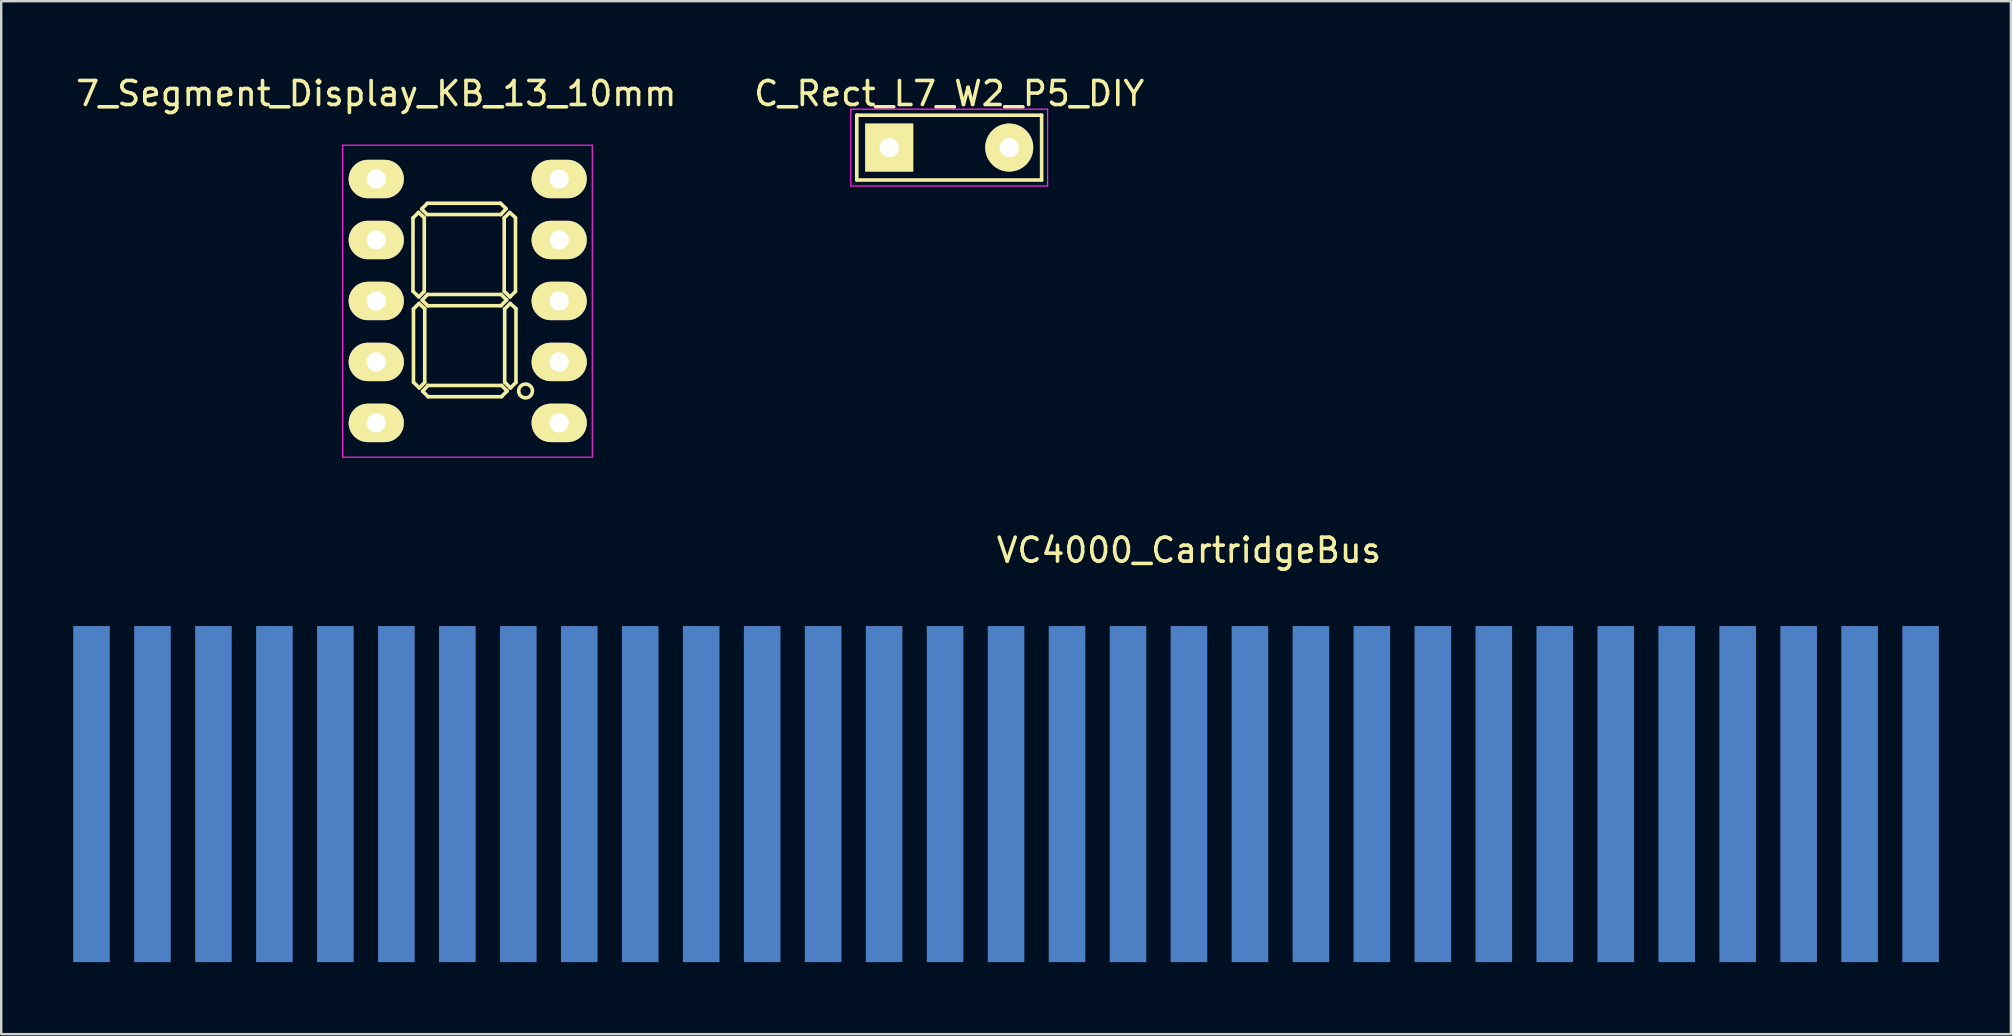
<source format=kicad_pcb>
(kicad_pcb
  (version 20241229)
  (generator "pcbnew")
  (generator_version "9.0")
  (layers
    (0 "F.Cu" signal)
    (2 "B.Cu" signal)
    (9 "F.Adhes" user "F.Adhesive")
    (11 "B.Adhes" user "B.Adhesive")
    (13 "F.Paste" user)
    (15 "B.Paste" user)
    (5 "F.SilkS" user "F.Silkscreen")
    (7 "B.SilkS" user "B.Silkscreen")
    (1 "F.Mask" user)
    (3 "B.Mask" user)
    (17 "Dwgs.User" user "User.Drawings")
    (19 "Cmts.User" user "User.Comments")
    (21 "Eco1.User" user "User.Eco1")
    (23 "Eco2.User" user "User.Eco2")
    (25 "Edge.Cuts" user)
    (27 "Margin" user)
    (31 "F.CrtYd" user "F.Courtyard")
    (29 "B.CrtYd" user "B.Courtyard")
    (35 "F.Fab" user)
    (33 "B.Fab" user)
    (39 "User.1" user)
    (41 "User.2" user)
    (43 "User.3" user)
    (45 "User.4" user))
  (footprint "VC4000_CartridgeBus"
    (layer "F.Cu")
    (at 38.862 30.032)
    (property "Reference" "VC4000_CartridgeBus" (at 7.62 -10.16 0) (layer "F.SilkS") (effects (font (size 1 1) (thickness 0.15))))
    (attr through_hole)
    (pad "1" connect rect (at -38.1 0) (size 1.524 14) (layers "F.Mask" "B.Cu"))
    (pad "2" connect rect (at -35.56 0) (size 1.524 14) (layers "F.Mask" "B.Cu"))
    (pad "3" connect rect (at -33.02 0) (size 1.524 14) (layers "F.Mask" "B.Cu"))
    (pad "4" connect rect (at -30.48 0) (size 1.524 14) (layers "F.Mask" "B.Cu"))
    (pad "5" connect rect (at -27.94 0) (size 1.524 14) (layers "F.Mask" "B.Cu"))
    (pad "6" connect rect (at -25.4 0) (size 1.524 14) (layers "F.Mask" "B.Cu"))
    (pad "7" connect rect (at -22.86 0) (size 1.524 14) (layers "F.Mask" "B.Cu"))
    (pad "8" connect rect (at -20.32 0) (size 1.524 14) (layers "F.Mask" "B.Cu"))
    (pad "9" connect rect (at -17.78 0) (size 1.524 14) (layers "F.Mask" "B.Cu"))
    (pad "10" connect rect (at -15.24 0) (size 1.524 14) (layers "F.Mask" "B.Cu"))
    (pad "11" connect rect (at -12.7 0) (size 1.524 14) (layers "F.Mask" "B.Cu"))
    (pad "12" connect rect (at -10.16 0) (size 1.524 14) (layers "F.Mask" "B.Cu"))
    (pad "13" connect rect (at -7.62 0) (size 1.524 14) (layers "F.Mask" "B.Cu"))
    (pad "14" connect rect (at -5.08 0) (size 1.524 14) (layers "F.Mask" "B.Cu"))
    (pad "15" connect rect (at -2.54 0) (size 1.524 14) (layers "F.Mask" "B.Cu"))
    (pad "16" connect rect (at 0 0) (size 1.524 14) (layers "F.Mask" "B.Cu"))
    (pad "17" connect rect (at 2.54 0) (size 1.524 14) (layers "F.Mask" "B.Cu"))
    (pad "18" connect rect (at 5.08 0) (size 1.524 14) (layers "F.Mask" "B.Cu"))
    (pad "19" connect rect (at 7.62 0) (size 1.524 14) (layers "F.Mask" "B.Cu"))
    (pad "20" connect rect (at 10.16 0) (size 1.524 14) (layers "F.Mask" "B.Cu"))
    (pad "21" connect rect (at 12.7 0) (size 1.524 14) (layers "F.Mask" "B.Cu"))
    (pad "22" connect rect (at 15.24 0) (size 1.524 14) (layers "F.Mask" "B.Cu"))
    (pad "23" connect rect (at 17.78 0) (size 1.524 14) (layers "F.Mask" "B.Cu"))
    (pad "24" connect rect (at 20.32 0) (size 1.524 14) (layers "F.Mask" "B.Cu"))
    (pad "25" connect rect (at 22.86 0) (size 1.524 14) (layers "F.Mask" "B.Cu"))
    (pad "26" connect rect (at 25.4 0) (size 1.524 14) (layers "F.Mask" "B.Cu"))
    (pad "27" connect rect (at 27.94 0) (size 1.524 14) (layers "F.Mask" "B.Cu"))
    (pad "28" connect rect (at 30.48 0) (size 1.524 14) (layers "F.Mask" "B.Cu"))
    (pad "29" connect rect (at 33.02 0) (size 1.524 14) (layers "F.Mask" "B.Cu"))
    (pad "30" connect rect (at 35.56 0) (size 1.524 14) (layers "F.Mask" "B.Cu"))
    (pad "31" connect rect (at 38.1 0) (size 1.524 14) (layers "F.Mask" "B.Cu")))
  (footprint "7_Segment_Display_KB_13_10mm"
    (layer "F.Cu")
    (at 12.625 4.408)
    (property "Reference" "7_Segment_Display_KB_13_10mm" (at 0 -3.56 0) (layer "F.SilkS") (effects (font (size 1 1) (thickness 0.15))))
    (attr through_hole)
    (fp_line (start 1.53 1.623) (end 1.76 1.393) (stroke (width 0.15) (type solid)) (layer "F.SilkS"))
    (fp_line (start 1.53 4.683) (end 1.53 1.623) (stroke (width 0.15) (type solid)) (layer "F.SilkS"))
    (fp_line (start 1.55 5.413) (end 1.78 5.183) (stroke (width 0.15) (type solid)) (layer "F.SilkS"))
    (fp_line (start 1.55 8.473) (end 1.55 5.413) (stroke (width 0.15) (type solid)) (layer "F.SilkS"))
    (fp_line (start 1.76 1.393) (end 2 1.613) (stroke (width 0.15) (type solid)) (layer "F.SilkS"))
    (fp_line (start 1.77 4.913) (end 1.54 4.683) (stroke (width 0.15) (type solid)) (layer "F.SilkS"))
    (fp_line (start 1.78 5.183) (end 2.02 5.403) (stroke (width 0.15) (type solid)) (layer "F.SilkS"))
    (fp_line (start 1.79 8.703) (end 1.56 8.473) (stroke (width 0.15) (type solid)) (layer "F.SilkS"))
    (fp_line (start 1.89 1.25) (end 2.12 1.02) (stroke (width 0.15) (type solid)) (layer "F.SilkS"))
    (fp_line (start 1.913 5.05) (end 2.133 4.81) (stroke (width 0.15) (type solid)) (layer "F.SilkS"))
    (fp_line (start 1.933 8.84) (end 2.153 8.6) (stroke (width 0.15) (type solid)) (layer "F.SilkS"))
    (fp_line (start 2 1.613) (end 2 4.683) (stroke (width 0.15) (type solid)) (layer "F.SilkS"))
    (fp_line (start 2 4.683) (end 1.77 4.913) (stroke (width 0.15) (type solid)) (layer "F.SilkS"))
    (fp_line (start 2.02 5.403) (end 2.02 8.473) (stroke (width 0.15) (type solid)) (layer "F.SilkS"))
    (fp_line (start 2.02 8.473) (end 1.79 8.703) (stroke (width 0.15) (type solid)) (layer "F.SilkS"))
    (fp_line (start 2.12 1.01) (end 5.18 1.01) (stroke (width 0.15) (type solid)) (layer "F.SilkS"))
    (fp_line (start 2.12 1.48) (end 1.89 1.25) (stroke (width 0.15) (type solid)) (layer "F.SilkS"))
    (fp_line (start 2.133 4.81) (end 5.203 4.81) (stroke (width 0.15) (type solid)) (layer "F.SilkS"))
    (fp_line (start 2.143 5.28) (end 1.913 5.05) (stroke (width 0.15) (type solid)) (layer "F.SilkS"))
    (fp_line (start 2.153 8.6) (end 5.223 8.6) (stroke (width 0.15) (type solid)) (layer "F.SilkS"))
    (fp_line (start 2.163 9.07) (end 1.933 8.84) (stroke (width 0.15) (type solid)) (layer "F.SilkS"))
    (fp_line (start 5.18 1.01) (end 5.41 1.24) (stroke (width 0.15) (type solid)) (layer "F.SilkS"))
    (fp_line (start 5.19 1.48) (end 2.12 1.48) (stroke (width 0.15) (type solid)) (layer "F.SilkS"))
    (fp_line (start 5.203 4.81) (end 5.433 5.04) (stroke (width 0.15) (type solid)) (layer "F.SilkS"))
    (fp_line (start 5.203 5.28) (end 2.143 5.28) (stroke (width 0.15) (type solid)) (layer "F.SilkS"))
    (fp_line (start 5.223 8.6) (end 5.453 8.83) (stroke (width 0.15) (type solid)) (layer "F.SilkS"))
    (fp_line (start 5.223 9.07) (end 2.163 9.07) (stroke (width 0.15) (type solid)) (layer "F.SilkS"))
    (fp_line (start 5.33 1.623) (end 5.56 1.393) (stroke (width 0.15) (type solid)) (layer "F.SilkS"))
    (fp_line (start 5.33 4.683) (end 5.33 1.623) (stroke (width 0.15) (type solid)) (layer "F.SilkS"))
    (fp_line (start 5.35 5.413) (end 5.58 5.183) (stroke (width 0.15) (type solid)) (layer "F.SilkS"))
    (fp_line (start 5.35 8.473) (end 5.35 5.413) (stroke (width 0.15) (type solid)) (layer "F.SilkS"))
    (fp_line (start 5.41 1.24) (end 5.19 1.48) (stroke (width 0.15) (type solid)) (layer "F.SilkS"))
    (fp_line (start 5.433 5.04) (end 5.203 5.27) (stroke (width 0.15) (type solid)) (layer "F.SilkS"))
    (fp_line (start 5.453 8.83) (end 5.223 9.06) (stroke (width 0.15) (type solid)) (layer "F.SilkS"))
    (fp_line (start 5.56 1.393) (end 5.8 1.613) (stroke (width 0.15) (type solid)) (layer "F.SilkS"))
    (fp_line (start 5.57 4.913) (end 5.34 4.683) (stroke (width 0.15) (type solid)) (layer "F.SilkS"))
    (fp_line (start 5.58 5.183) (end 5.82 5.403) (stroke (width 0.15) (type solid)) (layer "F.SilkS"))
    (fp_line (start 5.59 8.703) (end 5.36 8.473) (stroke (width 0.15) (type solid)) (layer "F.SilkS"))
    (fp_line (start 5.8 1.613) (end 5.8 4.683) (stroke (width 0.15) (type solid)) (layer "F.SilkS"))
    (fp_line (start 5.8 4.683) (end 5.57 4.913) (stroke (width 0.15) (type solid)) (layer "F.SilkS"))
    (fp_line (start 5.82 5.403) (end 5.82 8.473) (stroke (width 0.15) (type solid)) (layer "F.SilkS"))
    (fp_line (start 5.82 8.473) (end 5.59 8.703) (stroke (width 0.15) (type solid)) (layer "F.SilkS"))
    (fp_circle (center 6.22 8.83) (end 6.36 9.08) (stroke (width 0.15) (type solid)) (fill no) (layer "F.SilkS"))
    (fp_line (start -1.4 -1.41) (end -1.4 11.59) (stroke (width 0.05) (type solid)) (layer "F.CrtYd"))
    (fp_line (start -1.4 -1.41) (end 9 -1.41) (stroke (width 0.05) (type solid)) (layer "F.CrtYd"))
    (fp_line (start -1.4 11.59) (end 9 11.59) (stroke (width 0.05) (type solid)) (layer "F.CrtYd"))
    (fp_line (start 9 -1.41) (end 9 11.59) (stroke (width 0.05) (type solid)) (layer "F.CrtYd"))
    (pad "1" thru_hole oval (at 0 0) (size 2.3 1.6) (drill 0.8) (layers "*.Cu" "*.Mask" "F.SilkS"))
    (pad "2" thru_hole oval (at 0 2.54) (size 2.3 1.6) (drill 0.8) (layers "*.Cu" "*.Mask" "F.SilkS"))
    (pad "3" thru_hole oval (at 0 5.08) (size 2.3 1.6) (drill 0.8) (layers "*.Cu" "*.Mask" "F.SilkS"))
    (pad "4" thru_hole oval (at 0 7.62) (size 2.3 1.6) (drill 0.8) (layers "*.Cu" "*.Mask" "F.SilkS"))
    (pad "5" thru_hole oval (at 0 10.16) (size 2.3 1.6) (drill 0.8) (layers "*.Cu" "*.Mask" "F.SilkS"))
    (pad "6" thru_hole oval (at 7.62 10.16) (size 2.3 1.6) (drill 0.8) (layers "*.Cu" "*.Mask" "F.SilkS"))
    (pad "7" thru_hole oval (at 7.62 7.62) (size 2.3 1.6) (drill 0.8) (layers "*.Cu" "*.Mask" "F.SilkS"))
    (pad "8" thru_hole oval (at 7.62 5.08) (size 2.3 1.6) (drill 0.8) (layers "*.Cu" "*.Mask" "F.SilkS"))
    (pad "9" thru_hole oval (at 7.62 2.54) (size 2.3 1.6) (drill 0.8) (layers "*.Cu" "*.Mask" "F.SilkS"))
    (pad "10" thru_hole oval (at 7.62 0) (size 2.3 1.6) (drill 0.8) (layers "*.Cu" "*.Mask" "F.SilkS")))
  (footprint "C_Rect_L7_W2_P5_DIY"
    (layer "F.Cu")
    (at 33.994 3.098)
    (property "Reference" "C_Rect_L7_W2_P5_DIY" (at 2.5 -2.25 0) (layer "F.SilkS") (effects (font (size 1 1) (thickness 0.15))))
    (attr through_hole)
    (fp_line (start -1.35 -1.35) (end 6.35 -1.35) (stroke (width 0.15) (type solid)) (layer "F.SilkS"))
    (fp_line (start -1.35 1.35) (end -1.35 -1.35) (stroke (width 0.15) (type solid)) (layer "F.SilkS"))
    (fp_line (start 6.35 -1.35) (end 6.35 1.35) (stroke (width 0.15) (type solid)) (layer "F.SilkS"))
    (fp_line (start 6.35 1.35) (end -1.35 1.35) (stroke (width 0.15) (type solid)) (layer "F.SilkS"))
    (fp_line (start -1.6 -1.6) (end 6.6 -1.6) (stroke (width 0.05) (type solid)) (layer "F.CrtYd"))
    (fp_line (start -1.6 1.6) (end -1.6 -1.6) (stroke (width 0.05) (type solid)) (layer "F.CrtYd"))
    (fp_line (start 6.6 -1.6) (end 6.6 1.6) (stroke (width 0.05) (type solid)) (layer "F.CrtYd"))
    (fp_line (start 6.6 1.6) (end -1.6 1.6) (stroke (width 0.05) (type solid)) (layer "F.CrtYd"))
    (pad "1" thru_hole rect (at 0 0) (size 2 2) (drill 0.8) (layers "*.Cu" "*.Mask" "F.SilkS"))
    (pad "2" thru_hole circle (at 5 0) (size 2 2) (drill 0.8) (layers "*.Cu" "*.Mask" "F.SilkS")))
  (gr_rect
    (start -3 -3)
    (end 80.724 40.032)
    (stroke (width 0.1) (type default))
    (fill no)
    (layer "Edge.Cuts")))
</source>
